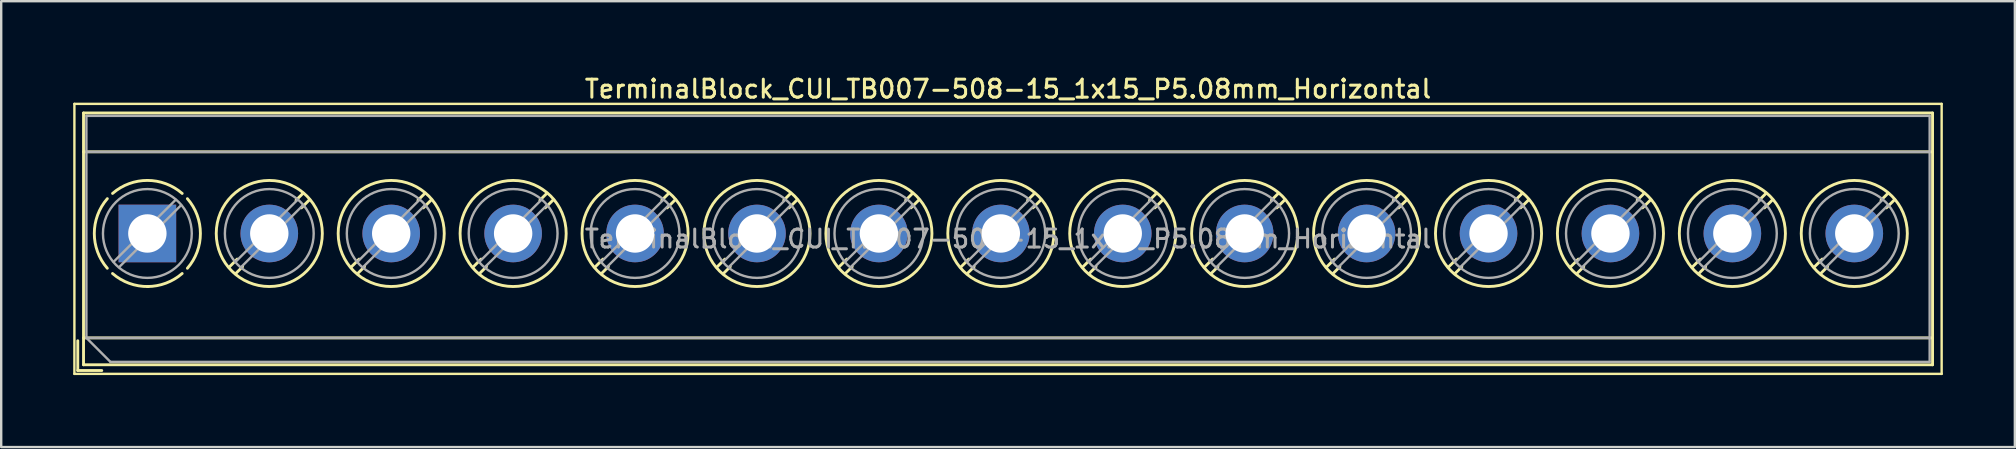
<source format=kicad_pcb>
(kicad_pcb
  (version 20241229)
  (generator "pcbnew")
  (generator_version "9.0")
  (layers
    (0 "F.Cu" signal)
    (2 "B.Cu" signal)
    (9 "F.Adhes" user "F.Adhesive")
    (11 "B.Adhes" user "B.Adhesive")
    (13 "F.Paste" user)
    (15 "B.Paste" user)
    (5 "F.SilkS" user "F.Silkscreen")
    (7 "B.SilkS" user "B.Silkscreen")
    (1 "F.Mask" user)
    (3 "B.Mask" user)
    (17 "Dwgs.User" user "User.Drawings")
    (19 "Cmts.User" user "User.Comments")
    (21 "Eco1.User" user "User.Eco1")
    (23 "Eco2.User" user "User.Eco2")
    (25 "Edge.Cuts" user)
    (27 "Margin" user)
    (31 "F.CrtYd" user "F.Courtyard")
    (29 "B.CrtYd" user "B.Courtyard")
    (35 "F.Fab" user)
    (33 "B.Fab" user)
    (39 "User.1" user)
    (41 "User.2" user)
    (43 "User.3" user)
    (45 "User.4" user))
  (footprint "TerminalBlock_CUI_TB007-508-15_1x15_P5.08mm_Horizontal"
    (layer "F.Cu")
    (at 3.09 6.678)
    (property "Reference" "TerminalBlock_CUI_TB007-508-15_1x15_P5.08mm_Horizontal" (at 35.86 -6.02 0) (layer "F.SilkS") (effects (font (size 0.75 0.75) (thickness 0.125))))
    (attr through_hole)
    (fp_line (start -3.04 -5.4) (end -3.04 5.85) (stroke (width 0.1) (type solid)) (layer "F.SilkS"))
    (fp_line (start -3.04 5.85) (end 74.76 5.85) (stroke (width 0.1) (type solid)) (layer "F.SilkS"))
    (fp_line (start -2.9 4.47) (end -2.9 5.71) (stroke (width 0.12) (type solid)) (layer "F.SilkS"))
    (fp_line (start -2.9 5.71) (end -1.9 5.71) (stroke (width 0.12) (type solid)) (layer "F.SilkS"))
    (fp_line (start -2.66 -5.02) (end -2.66 5.47) (stroke (width 0.12) (type solid)) (layer "F.SilkS"))
    (fp_line (start -2.66 -5.02) (end 74.381 -5.02) (stroke (width 0.12) (type solid)) (layer "F.SilkS"))
    (fp_line (start -2.66 -3.401) (end 74.381 -3.401) (stroke (width 0.12) (type solid)) (layer "F.SilkS"))
    (fp_line (start -2.66 4.35) (end 74.381 4.35) (stroke (width 0.12) (type solid)) (layer "F.SilkS"))
    (fp_line (start -2.66 5.47) (end 74.381 5.47) (stroke (width 0.12) (type solid)) (layer "F.SilkS"))
    (fp_line (start 3.743 1.068) (end 3.404 1.407) (stroke (width 0.12) (type solid)) (layer "F.SilkS"))
    (fp_line (start 3.967 1.384) (end 3.674 1.676) (stroke (width 0.12) (type solid)) (layer "F.SilkS"))
    (fp_line (start 6.487 -1.676) (end 6.194 -1.384) (stroke (width 0.12) (type solid)) (layer "F.SilkS"))
    (fp_line (start 6.757 -1.407) (end 6.418 -1.068) (stroke (width 0.12) (type solid)) (layer "F.SilkS"))
    (fp_line (start 8.823 1.068) (end 8.484 1.407) (stroke (width 0.12) (type solid)) (layer "F.SilkS"))
    (fp_line (start 9.047 1.384) (end 8.754 1.676) (stroke (width 0.12) (type solid)) (layer "F.SilkS"))
    (fp_line (start 11.567 -1.676) (end 11.274 -1.384) (stroke (width 0.12) (type solid)) (layer "F.SilkS"))
    (fp_line (start 11.837 -1.407) (end 11.498 -1.068) (stroke (width 0.12) (type solid)) (layer "F.SilkS"))
    (fp_line (start 13.903 1.068) (end 13.564 1.407) (stroke (width 0.12) (type solid)) (layer "F.SilkS"))
    (fp_line (start 14.127 1.384) (end 13.834 1.676) (stroke (width 0.12) (type solid)) (layer "F.SilkS"))
    (fp_line (start 16.647 -1.676) (end 16.354 -1.384) (stroke (width 0.12) (type solid)) (layer "F.SilkS"))
    (fp_line (start 16.917 -1.407) (end 16.578 -1.068) (stroke (width 0.12) (type solid)) (layer "F.SilkS"))
    (fp_line (start 18.983 1.068) (end 18.644 1.407) (stroke (width 0.12) (type solid)) (layer "F.SilkS"))
    (fp_line (start 19.207 1.384) (end 18.914 1.676) (stroke (width 0.12) (type solid)) (layer "F.SilkS"))
    (fp_line (start 21.727 -1.676) (end 21.434 -1.384) (stroke (width 0.12) (type solid)) (layer "F.SilkS"))
    (fp_line (start 21.997 -1.407) (end 21.658 -1.068) (stroke (width 0.12) (type solid)) (layer "F.SilkS"))
    (fp_line (start 24.063 1.068) (end 23.724 1.407) (stroke (width 0.12) (type solid)) (layer "F.SilkS"))
    (fp_line (start 24.287 1.384) (end 23.994 1.676) (stroke (width 0.12) (type solid)) (layer "F.SilkS"))
    (fp_line (start 26.807 -1.676) (end 26.514 -1.384) (stroke (width 0.12) (type solid)) (layer "F.SilkS"))
    (fp_line (start 27.077 -1.407) (end 26.738 -1.068) (stroke (width 0.12) (type solid)) (layer "F.SilkS"))
    (fp_line (start 29.143 1.068) (end 28.804 1.407) (stroke (width 0.12) (type solid)) (layer "F.SilkS"))
    (fp_line (start 29.367 1.384) (end 29.074 1.676) (stroke (width 0.12) (type solid)) (layer "F.SilkS"))
    (fp_line (start 31.887 -1.676) (end 31.594 -1.384) (stroke (width 0.12) (type solid)) (layer "F.SilkS"))
    (fp_line (start 32.157 -1.407) (end 31.818 -1.068) (stroke (width 0.12) (type solid)) (layer "F.SilkS"))
    (fp_line (start 34.223 1.068) (end 33.884 1.407) (stroke (width 0.12) (type solid)) (layer "F.SilkS"))
    (fp_line (start 34.447 1.384) (end 34.154 1.676) (stroke (width 0.12) (type solid)) (layer "F.SilkS"))
    (fp_line (start 36.967 -1.676) (end 36.674 -1.384) (stroke (width 0.12) (type solid)) (layer "F.SilkS"))
    (fp_line (start 37.237 -1.407) (end 36.898 -1.068) (stroke (width 0.12) (type solid)) (layer "F.SilkS"))
    (fp_line (start 39.303 1.068) (end 38.964 1.407) (stroke (width 0.12) (type solid)) (layer "F.SilkS"))
    (fp_line (start 39.527 1.384) (end 39.234 1.676) (stroke (width 0.12) (type solid)) (layer "F.SilkS"))
    (fp_line (start 42.047 -1.676) (end 41.754 -1.384) (stroke (width 0.12) (type solid)) (layer "F.SilkS"))
    (fp_line (start 42.317 -1.407) (end 41.978 -1.068) (stroke (width 0.12) (type solid)) (layer "F.SilkS"))
    (fp_line (start 44.383 1.068) (end 44.044 1.407) (stroke (width 0.12) (type solid)) (layer "F.SilkS"))
    (fp_line (start 44.607 1.384) (end 44.314 1.676) (stroke (width 0.12) (type solid)) (layer "F.SilkS"))
    (fp_line (start 47.127 -1.676) (end 46.834 -1.384) (stroke (width 0.12) (type solid)) (layer "F.SilkS"))
    (fp_line (start 47.397 -1.407) (end 47.058 -1.068) (stroke (width 0.12) (type solid)) (layer "F.SilkS"))
    (fp_line (start 49.463 1.068) (end 49.124 1.407) (stroke (width 0.12) (type solid)) (layer "F.SilkS"))
    (fp_line (start 49.687 1.384) (end 49.394 1.676) (stroke (width 0.12) (type solid)) (layer "F.SilkS"))
    (fp_line (start 52.207 -1.676) (end 51.914 -1.384) (stroke (width 0.12) (type solid)) (layer "F.SilkS"))
    (fp_line (start 52.477 -1.407) (end 52.138 -1.068) (stroke (width 0.12) (type solid)) (layer "F.SilkS"))
    (fp_line (start 54.543 1.068) (end 54.204 1.407) (stroke (width 0.12) (type solid)) (layer "F.SilkS"))
    (fp_line (start 54.767 1.384) (end 54.474 1.676) (stroke (width 0.12) (type solid)) (layer "F.SilkS"))
    (fp_line (start 57.287 -1.676) (end 56.994 -1.384) (stroke (width 0.12) (type solid)) (layer "F.SilkS"))
    (fp_line (start 57.557 -1.407) (end 57.218 -1.068) (stroke (width 0.12) (type solid)) (layer "F.SilkS"))
    (fp_line (start 59.623 1.068) (end 59.284 1.407) (stroke (width 0.12) (type solid)) (layer "F.SilkS"))
    (fp_line (start 59.847 1.384) (end 59.554 1.676) (stroke (width 0.12) (type solid)) (layer "F.SilkS"))
    (fp_line (start 62.367 -1.676) (end 62.074 -1.384) (stroke (width 0.12) (type solid)) (layer "F.SilkS"))
    (fp_line (start 62.637 -1.407) (end 62.298 -1.068) (stroke (width 0.12) (type solid)) (layer "F.SilkS"))
    (fp_line (start 64.703 1.068) (end 64.364 1.407) (stroke (width 0.12) (type solid)) (layer "F.SilkS"))
    (fp_line (start 64.927 1.384) (end 64.634 1.676) (stroke (width 0.12) (type solid)) (layer "F.SilkS"))
    (fp_line (start 67.447 -1.676) (end 67.154 -1.384) (stroke (width 0.12) (type solid)) (layer "F.SilkS"))
    (fp_line (start 67.717 -1.407) (end 67.378 -1.068) (stroke (width 0.12) (type solid)) (layer "F.SilkS"))
    (fp_line (start 69.783 1.068) (end 69.444 1.407) (stroke (width 0.12) (type solid)) (layer "F.SilkS"))
    (fp_line (start 70.007 1.384) (end 69.714 1.676) (stroke (width 0.12) (type solid)) (layer "F.SilkS"))
    (fp_line (start 72.527 -1.676) (end 72.234 -1.384) (stroke (width 0.12) (type solid)) (layer "F.SilkS"))
    (fp_line (start 72.797 -1.407) (end 72.458 -1.068) (stroke (width 0.12) (type solid)) (layer "F.SilkS"))
    (fp_line (start 74.381 -5.02) (end 74.381 5.47) (stroke (width 0.12) (type solid)) (layer "F.SilkS"))
    (fp_line (start 74.76 -5.4) (end -3.04 -5.4) (stroke (width 0.1) (type solid)) (layer "F.SilkS"))
    (fp_line (start 74.76 5.85) (end 74.76 -5.4) (stroke (width 0.1) (type solid)) (layer "F.SilkS"))
    (fp_arc (start -1.66902 1.449827) (mid -2.210797 -0.000777) (end -1.668 -1.451) (stroke (width 0.12) (type solid)) (layer "F.SilkS"))
    (fp_arc (start -1.449827 -1.66902) (mid 0.000777 -2.210797) (end 1.451 -1.668) (stroke (width 0.12) (type solid)) (layer "F.SilkS"))
    (fp_arc (start 0.037807 2.210474) (mid -0.756867 2.077204) (end -1.451 1.668) (stroke (width 0.12) (type solid)) (layer "F.SilkS"))
    (fp_arc (start 1.44989 1.667908) (mid 0.773958 2.070046) (end 0 2.21) (stroke (width 0.12) (type solid)) (layer "F.SilkS"))
    (fp_arc (start 1.668029 -1.449966) (mid 2.210141 0.000022) (end 1.668 1.45) (stroke (width 0.12) (type solid)) (layer "F.SilkS"))
    (fp_circle (center 5.08 0) (end 7.29 0) (stroke (width 0.12) (type solid)) (fill no) (layer "F.SilkS"))
    (fp_circle (center 10.16 0) (end 12.37 0) (stroke (width 0.12) (type solid)) (fill no) (layer "F.SilkS"))
    (fp_circle (center 15.24 0) (end 17.45 0) (stroke (width 0.12) (type solid)) (fill no) (layer "F.SilkS"))
    (fp_circle (center 20.32 0) (end 22.53 0) (stroke (width 0.12) (type solid)) (fill no) (layer "F.SilkS"))
    (fp_circle (center 25.4 0) (end 27.61 0) (stroke (width 0.12) (type solid)) (fill no) (layer "F.SilkS"))
    (fp_circle (center 30.48 0) (end 32.69 0) (stroke (width 0.12) (type solid)) (fill no) (layer "F.SilkS"))
    (fp_circle (center 35.56 0) (end 37.77 0) (stroke (width 0.12) (type solid)) (fill no) (layer "F.SilkS"))
    (fp_circle (center 40.64 0) (end 42.85 0) (stroke (width 0.12) (type solid)) (fill no) (layer "F.SilkS"))
    (fp_circle (center 45.72 0) (end 47.93 0) (stroke (width 0.12) (type solid)) (fill no) (layer "F.SilkS"))
    (fp_circle (center 50.8 0) (end 53.01 0) (stroke (width 0.12) (type solid)) (fill no) (layer "F.SilkS"))
    (fp_circle (center 55.88 0) (end 58.09 0) (stroke (width 0.12) (type solid)) (fill no) (layer "F.SilkS"))
    (fp_circle (center 60.96 0) (end 63.17 0) (stroke (width 0.12) (type solid)) (fill no) (layer "F.SilkS"))
    (fp_circle (center 66.04 0) (end 68.25 0) (stroke (width 0.12) (type solid)) (fill no) (layer "F.SilkS"))
    (fp_circle (center 71.12 0) (end 73.33 0) (stroke (width 0.12) (type solid)) (fill no) (layer "F.SilkS"))
    (fp_line (start -2.54 -4.9) (end 74.26 -4.9) (stroke (width 0.1) (type solid)) (layer "F.Fab"))
    (fp_line (start -2.54 -3.4) (end 74.26 -3.4) (stroke (width 0.1) (type solid)) (layer "F.Fab"))
    (fp_line (start -2.54 4.35) (end -2.54 -4.9) (stroke (width 0.1) (type solid)) (layer "F.Fab"))
    (fp_line (start -2.54 4.35) (end 74.26 4.35) (stroke (width 0.1) (type solid)) (layer "F.Fab"))
    (fp_line (start -1.54 5.35) (end -2.54 4.35) (stroke (width 0.1) (type solid)) (layer "F.Fab"))
    (fp_line (start 1.178 -1.403) (end -1.404 1.178) (stroke (width 0.1) (type solid)) (layer "F.Fab"))
    (fp_line (start 1.404 -1.178) (end -1.178 1.403) (stroke (width 0.1) (type solid)) (layer "F.Fab"))
    (fp_line (start 6.258 -1.403) (end 3.677 1.178) (stroke (width 0.1) (type solid)) (layer "F.Fab"))
    (fp_line (start 6.484 -1.178) (end 3.903 1.403) (stroke (width 0.1) (type solid)) (layer "F.Fab"))
    (fp_line (start 11.338 -1.403) (end 8.757 1.178) (stroke (width 0.1) (type solid)) (layer "F.Fab"))
    (fp_line (start 11.564 -1.178) (end 8.983 1.403) (stroke (width 0.1) (type solid)) (layer "F.Fab"))
    (fp_line (start 16.418 -1.403) (end 13.837 1.178) (stroke (width 0.1) (type solid)) (layer "F.Fab"))
    (fp_line (start 16.644 -1.178) (end 14.063 1.403) (stroke (width 0.1) (type solid)) (layer "F.Fab"))
    (fp_line (start 21.498 -1.403) (end 18.917 1.178) (stroke (width 0.1) (type solid)) (layer "F.Fab"))
    (fp_line (start 21.724 -1.178) (end 19.143 1.403) (stroke (width 0.1) (type solid)) (layer "F.Fab"))
    (fp_line (start 26.578 -1.403) (end 23.997 1.178) (stroke (width 0.1) (type solid)) (layer "F.Fab"))
    (fp_line (start 26.804 -1.178) (end 24.223 1.403) (stroke (width 0.1) (type solid)) (layer "F.Fab"))
    (fp_line (start 31.658 -1.403) (end 29.077 1.178) (stroke (width 0.1) (type solid)) (layer "F.Fab"))
    (fp_line (start 31.884 -1.178) (end 29.303 1.403) (stroke (width 0.1) (type solid)) (layer "F.Fab"))
    (fp_line (start 36.738 -1.403) (end 34.157 1.178) (stroke (width 0.1) (type solid)) (layer "F.Fab"))
    (fp_line (start 36.964 -1.178) (end 34.383 1.403) (stroke (width 0.1) (type solid)) (layer "F.Fab"))
    (fp_line (start 41.818 -1.403) (end 39.237 1.178) (stroke (width 0.1) (type solid)) (layer "F.Fab"))
    (fp_line (start 42.044 -1.178) (end 39.463 1.403) (stroke (width 0.1) (type solid)) (layer "F.Fab"))
    (fp_line (start 46.898 -1.403) (end 44.317 1.178) (stroke (width 0.1) (type solid)) (layer "F.Fab"))
    (fp_line (start 47.124 -1.178) (end 44.543 1.403) (stroke (width 0.1) (type solid)) (layer "F.Fab"))
    (fp_line (start 51.978 -1.403) (end 49.397 1.178) (stroke (width 0.1) (type solid)) (layer "F.Fab"))
    (fp_line (start 52.204 -1.178) (end 49.623 1.403) (stroke (width 0.1) (type solid)) (layer "F.Fab"))
    (fp_line (start 57.058 -1.403) (end 54.477 1.178) (stroke (width 0.1) (type solid)) (layer "F.Fab"))
    (fp_line (start 57.284 -1.178) (end 54.703 1.403) (stroke (width 0.1) (type solid)) (layer "F.Fab"))
    (fp_line (start 62.138 -1.403) (end 59.557 1.178) (stroke (width 0.1) (type solid)) (layer "F.Fab"))
    (fp_line (start 62.364 -1.178) (end 59.783 1.403) (stroke (width 0.1) (type solid)) (layer "F.Fab"))
    (fp_line (start 67.218 -1.403) (end 64.637 1.178) (stroke (width 0.1) (type solid)) (layer "F.Fab"))
    (fp_line (start 67.444 -1.178) (end 64.863 1.403) (stroke (width 0.1) (type solid)) (layer "F.Fab"))
    (fp_line (start 72.298 -1.403) (end 69.717 1.178) (stroke (width 0.1) (type solid)) (layer "F.Fab"))
    (fp_line (start 72.524 -1.178) (end 69.943 1.403) (stroke (width 0.1) (type solid)) (layer "F.Fab"))
    (fp_line (start 74.26 -4.9) (end 74.26 5.35) (stroke (width 0.1) (type solid)) (layer "F.Fab"))
    (fp_line (start 74.26 5.35) (end -1.54 5.35) (stroke (width 0.1) (type solid)) (layer "F.Fab"))
    (fp_circle (center 0 0) (end 1.85 0) (stroke (width 0.1) (type solid)) (fill no) (layer "F.Fab"))
    (fp_circle (center 5.08 0) (end 6.93 0) (stroke (width 0.1) (type solid)) (fill no) (layer "F.Fab"))
    (fp_circle (center 10.16 0) (end 12.01 0) (stroke (width 0.1) (type solid)) (fill no) (layer "F.Fab"))
    (fp_circle (center 15.24 0) (end 17.09 0) (stroke (width 0.1) (type solid)) (fill no) (layer "F.Fab"))
    (fp_circle (center 20.32 0) (end 22.17 0) (stroke (width 0.1) (type solid)) (fill no) (layer "F.Fab"))
    (fp_circle (center 25.4 0) (end 27.25 0) (stroke (width 0.1) (type solid)) (fill no) (layer "F.Fab"))
    (fp_circle (center 30.48 0) (end 32.33 0) (stroke (width 0.1) (type solid)) (fill no) (layer "F.Fab"))
    (fp_circle (center 35.56 0) (end 37.41 0) (stroke (width 0.1) (type solid)) (fill no) (layer "F.Fab"))
    (fp_circle (center 40.64 0) (end 42.49 0) (stroke (width 0.1) (type solid)) (fill no) (layer "F.Fab"))
    (fp_circle (center 45.72 0) (end 47.57 0) (stroke (width 0.1) (type solid)) (fill no) (layer "F.Fab"))
    (fp_circle (center 50.8 0) (end 52.65 0) (stroke (width 0.1) (type solid)) (fill no) (layer "F.Fab"))
    (fp_circle (center 55.88 0) (end 57.73 0) (stroke (width 0.1) (type solid)) (fill no) (layer "F.Fab"))
    (fp_circle (center 60.96 0) (end 62.81 0) (stroke (width 0.1) (type solid)) (fill no) (layer "F.Fab"))
    (fp_circle (center 66.04 0) (end 67.89 0) (stroke (width 0.1) (type solid)) (fill no) (layer "F.Fab"))
    (fp_circle (center 71.12 0) (end 72.97 0) (stroke (width 0.1) (type solid)) (fill no) (layer "F.Fab"))
    (fp_text user "${REFERENCE}" (at 35.86 0.225 0) (layer "F.Fab") (effects (font (size 0.75 0.75) (thickness 0.125))))
    (pad "1" thru_hole rect (at 0 0) (size 2.4 2.4) (drill 1.6) (layers "*.Cu" "*.Mask"))
    (pad "2" thru_hole circle (at 5.08 0) (size 2.4 2.4) (drill 1.6) (layers "*.Cu" "*.Mask"))
    (pad "3" thru_hole circle (at 10.16 0) (size 2.4 2.4) (drill 1.6) (layers "*.Cu" "*.Mask"))
    (pad "4" thru_hole circle (at 15.24 0) (size 2.4 2.4) (drill 1.6) (layers "*.Cu" "*.Mask"))
    (pad "5" thru_hole circle (at 20.32 0) (size 2.4 2.4) (drill 1.6) (layers "*.Cu" "*.Mask"))
    (pad "6" thru_hole circle (at 25.4 0) (size 2.4 2.4) (drill 1.6) (layers "*.Cu" "*.Mask"))
    (pad "7" thru_hole circle (at 30.48 0) (size 2.4 2.4) (drill 1.6) (layers "*.Cu" "*.Mask"))
    (pad "8" thru_hole circle (at 35.56 0) (size 2.4 2.4) (drill 1.6) (layers "*.Cu" "*.Mask"))
    (pad "9" thru_hole circle (at 40.64 0) (size 2.4 2.4) (drill 1.6) (layers "*.Cu" "*.Mask"))
    (pad "10" thru_hole circle (at 45.72 0) (size 2.4 2.4) (drill 1.6) (layers "*.Cu" "*.Mask"))
    (pad "11" thru_hole circle (at 50.8 0) (size 2.4 2.4) (drill 1.6) (layers "*.Cu" "*.Mask"))
    (pad "12" thru_hole circle (at 55.88 0) (size 2.4 2.4) (drill 1.6) (layers "*.Cu" "*.Mask"))
    (pad "13" thru_hole circle (at 60.96 0) (size 2.4 2.4) (drill 1.6) (layers "*.Cu" "*.Mask"))
    (pad "14" thru_hole circle (at 66.04 0) (size 2.4 2.4) (drill 1.6) (layers "*.Cu" "*.Mask"))
    (pad "15" thru_hole circle (at 71.12 0) (size 2.4 2.4) (drill 1.6) (layers "*.Cu" "*.Mask")))
  (gr_rect
    (start -3 -3)
    (end 80.9 15.578)
    (stroke (width 0.1) (type default))
    (fill no)
    (layer "Edge.Cuts")))
</source>
